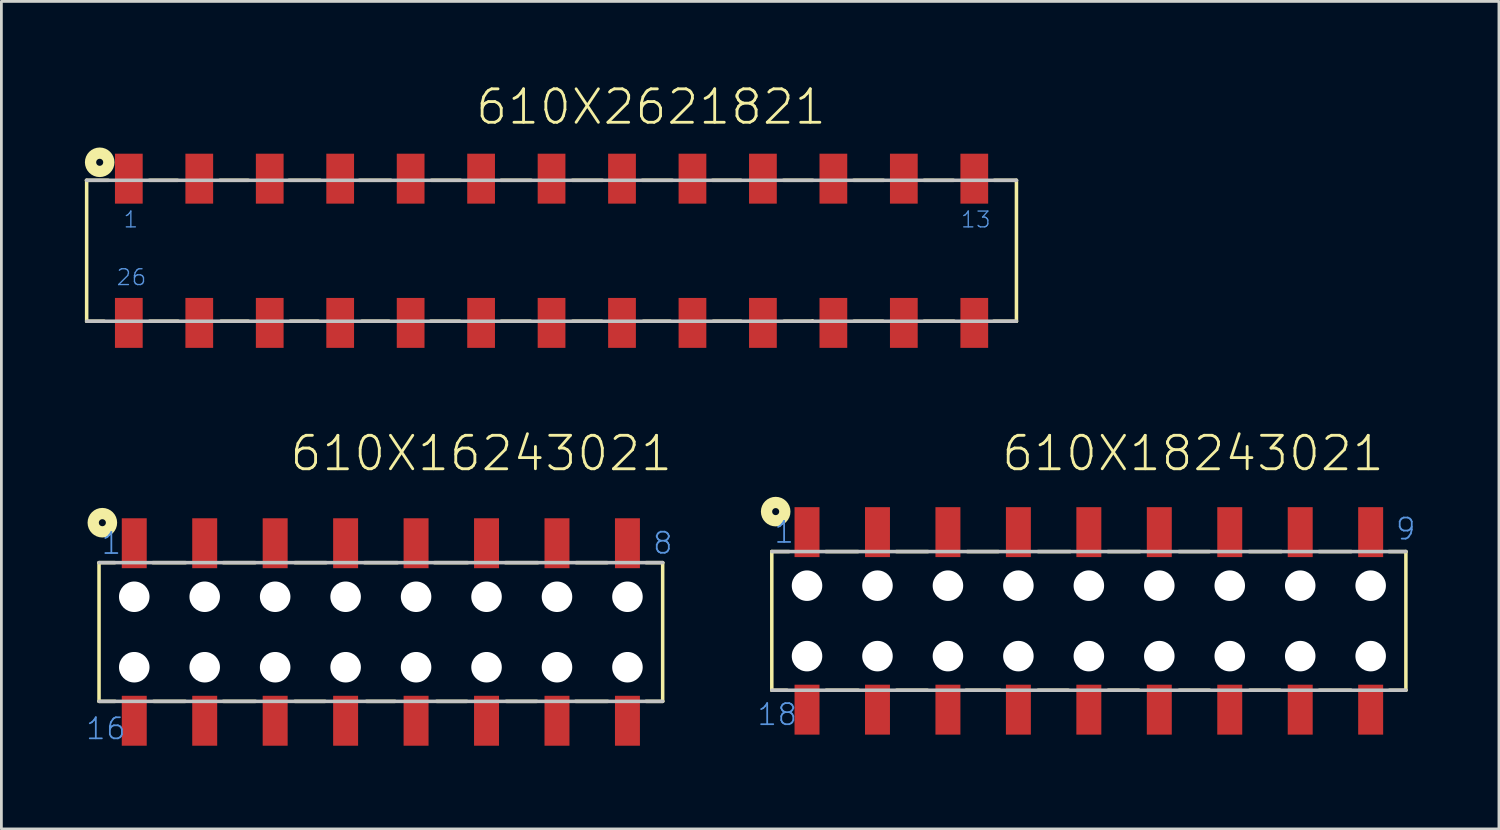
<source format=kicad_pcb>
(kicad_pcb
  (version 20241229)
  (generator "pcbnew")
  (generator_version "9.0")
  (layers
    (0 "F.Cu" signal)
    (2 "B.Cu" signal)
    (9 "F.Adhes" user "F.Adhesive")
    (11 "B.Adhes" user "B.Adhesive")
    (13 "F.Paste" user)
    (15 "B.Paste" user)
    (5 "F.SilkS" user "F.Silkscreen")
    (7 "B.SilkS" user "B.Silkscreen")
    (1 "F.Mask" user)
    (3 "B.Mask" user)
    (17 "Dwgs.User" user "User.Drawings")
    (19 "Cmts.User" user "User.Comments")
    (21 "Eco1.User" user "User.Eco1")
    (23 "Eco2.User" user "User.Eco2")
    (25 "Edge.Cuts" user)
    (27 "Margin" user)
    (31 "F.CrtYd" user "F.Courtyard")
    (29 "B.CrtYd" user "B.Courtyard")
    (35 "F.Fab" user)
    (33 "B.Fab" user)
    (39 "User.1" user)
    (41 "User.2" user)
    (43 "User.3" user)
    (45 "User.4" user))
  (footprint "610X2621821"
    (layer "F.Cu")
    (at 16.834 5.991)
    (property "Reference" "610X2621821" (at -2.8 -4.48 0) (layer "F.SilkS") (effects (font (size 1.206 1.206) (thickness 0.102)) (justify left bottom)))
    (attr through_hole)
    (fp_line (start -16.76 -2.54) (end -16.76 2.54) (stroke (width 0.127) (type solid)) (layer "F.SilkS"))
    (fp_line (start -16.13 2.54) (end -16.76 2.54) (stroke (width 0.127) (type solid)) (layer "F.SilkS"))
    (fp_line (start -15.98 -2.54) (end -16.77 -2.54) (stroke (width 0.127) (type solid)) (layer "F.SilkS"))
    (fp_line (start -14.5 -2.54) (end -13.48 -2.54) (stroke (width 0.127) (type solid)) (layer "F.SilkS"))
    (fp_line (start -14.49 2.54) (end -13.46 2.54) (stroke (width 0.127) (type solid)) (layer "F.SilkS"))
    (fp_line (start -11.96 -2.54) (end -10.93 -2.54) (stroke (width 0.127) (type solid)) (layer "F.SilkS"))
    (fp_line (start -11.92 2.54) (end -10.93 2.54) (stroke (width 0.127) (type solid)) (layer "F.SilkS"))
    (fp_line (start -9.47 -2.54) (end -8.34 -2.54) (stroke (width 0.127) (type solid)) (layer "F.SilkS"))
    (fp_line (start -9.42 2.54) (end -8.41 2.54) (stroke (width 0.127) (type solid)) (layer "F.SilkS"))
    (fp_line (start -6.93 -2.54) (end -5.79 -2.54) (stroke (width 0.127) (type solid)) (layer "F.SilkS"))
    (fp_line (start -6.84 2.54) (end -5.86 2.54) (stroke (width 0.127) (type solid)) (layer "F.SilkS"))
    (fp_line (start -4.36 2.54) (end -3.31 2.54) (stroke (width 0.127) (type solid)) (layer "F.SilkS"))
    (fp_line (start -4.33 -2.54) (end -3.28 -2.54) (stroke (width 0.127) (type solid)) (layer "F.SilkS"))
    (fp_line (start -1.82 -2.54) (end -0.73 -2.54) (stroke (width 0.127) (type solid)) (layer "F.SilkS"))
    (fp_line (start -1.81 2.54) (end -0.76 2.54) (stroke (width 0.127) (type solid)) (layer "F.SilkS"))
    (fp_line (start 0.75 -2.54) (end 1.84 -2.54) (stroke (width 0.127) (type solid)) (layer "F.SilkS"))
    (fp_line (start 1.81 2.54) (end 0.76 2.54) (stroke (width 0.127) (type solid)) (layer "F.SilkS"))
    (fp_line (start 3.27 -2.54) (end 4.36 -2.54) (stroke (width 0.127) (type solid)) (layer "F.SilkS"))
    (fp_line (start 3.31 2.54) (end 4.28 2.54) (stroke (width 0.127) (type solid)) (layer "F.SilkS"))
    (fp_line (start 5.8 -2.54) (end 6.83 -2.54) (stroke (width 0.127) (type solid)) (layer "F.SilkS"))
    (fp_line (start 5.83 2.54) (end 6.83 2.54) (stroke (width 0.127) (type solid)) (layer "F.SilkS"))
    (fp_line (start 8.36 -2.54) (end 9.42 -2.54) (stroke (width 0.127) (type solid)) (layer "F.SilkS"))
    (fp_line (start 8.38 2.54) (end 9.41 2.54) (stroke (width 0.127) (type solid)) (layer "F.SilkS"))
    (fp_line (start 9.41 2.54) (end 9.41 2.53) (stroke (width 0.127) (type solid)) (layer "F.SilkS"))
    (fp_line (start 10.89 -2.54) (end 11.97 -2.54) (stroke (width 0.127) (type solid)) (layer "F.SilkS"))
    (fp_line (start 10.9 2.54) (end 11.95 2.54) (stroke (width 0.127) (type solid)) (layer "F.SilkS"))
    (fp_line (start 13.43 -2.54) (end 14.49 -2.54) (stroke (width 0.127) (type solid)) (layer "F.SilkS"))
    (fp_line (start 13.43 2.54) (end 14.51 2.54) (stroke (width 0.127) (type solid)) (layer "F.SilkS"))
    (fp_line (start 15.94 2.54) (end 16.76 2.54) (stroke (width 0.127) (type solid)) (layer "F.SilkS"))
    (fp_line (start 15.96 -2.54) (end 16.76 -2.54) (stroke (width 0.127) (type solid)) (layer "F.SilkS"))
    (fp_line (start 16.76 2.54) (end 16.76 -2.54) (stroke (width 0.127) (type solid)) (layer "F.SilkS"))
    (fp_circle (center -16.29 -3.19) (end -16.163 -3.19) (stroke (width 0.406) (type solid)) (fill no) (layer "F.SilkS"))
    (fp_line (start -16.76 2.54) (end 16.76 2.54) (stroke (width 0.127) (type solid)) (layer "Dwgs.User"))
    (fp_line (start 16.76 -2.54) (end -16.76 -2.54) (stroke (width 0.127) (type solid)) (layer "Dwgs.User"))
    (fp_text user "13" (at 14.72 -0.79 0) (layer "Cmts.User") (effects (font (size 0.57 0.57) (thickness 0.048)) (justify left bottom)))
    (fp_text user "1" (at -15.47 -0.79 0) (layer "Cmts.User") (effects (font (size 0.57 0.57) (thickness 0.048)) (justify left bottom)))
    (fp_text user "26" (at -15.72 1.29 0) (layer "Cmts.User") (effects (font (size 0.57 0.57) (thickness 0.048)) (justify left bottom)))
    (pad "1" smd rect (at -15.24 -2.6) (size 1 1.8) (layers "F.Cu" "F.Mask" "F.Paste"))
    (pad "2" smd rect (at -12.7 -2.6) (size 1 1.8) (layers "F.Cu" "F.Mask" "F.Paste"))
    (pad "3" smd rect (at -10.16 -2.6) (size 1 1.8) (layers "F.Cu" "F.Mask" "F.Paste"))
    (pad "4" smd rect (at -7.62 -2.6) (size 1 1.8) (layers "F.Cu" "F.Mask" "F.Paste"))
    (pad "5" smd rect (at -5.08 -2.6) (size 1 1.8) (layers "F.Cu" "F.Mask" "F.Paste"))
    (pad "6" smd rect (at -2.54 -2.6) (size 1 1.8) (layers "F.Cu" "F.Mask" "F.Paste"))
    (pad "7" smd rect (at 0 -2.6) (size 1 1.8) (layers "F.Cu" "F.Mask" "F.Paste"))
    (pad "8" smd rect (at 2.54 -2.6) (size 1 1.8) (layers "F.Cu" "F.Mask" "F.Paste"))
    (pad "9" smd rect (at 5.08 -2.6) (size 1 1.8) (layers "F.Cu" "F.Mask" "F.Paste"))
    (pad "10" smd rect (at 7.62 -2.6) (size 1 1.8) (layers "F.Cu" "F.Mask" "F.Paste"))
    (pad "11" smd rect (at 10.16 -2.6) (size 1 1.8) (layers "F.Cu" "F.Mask" "F.Paste"))
    (pad "12" smd rect (at 12.7 -2.6) (size 1 1.8) (layers "F.Cu" "F.Mask" "F.Paste"))
    (pad "13" smd rect (at 15.24 -2.6) (size 1 1.8) (layers "F.Cu" "F.Mask" "F.Paste"))
    (pad "14" smd rect (at 15.24 2.6) (size 1 1.8) (layers "F.Cu" "F.Mask" "F.Paste"))
    (pad "15" smd rect (at 12.7 2.6) (size 1 1.8) (layers "F.Cu" "F.Mask" "F.Paste"))
    (pad "16" smd rect (at 10.16 2.6) (size 1 1.8) (layers "F.Cu" "F.Mask" "F.Paste"))
    (pad "17" smd rect (at 7.62 2.6) (size 1 1.8) (layers "F.Cu" "F.Mask" "F.Paste"))
    (pad "18" smd rect (at 5.08 2.6) (size 1 1.8) (layers "F.Cu" "F.Mask" "F.Paste"))
    (pad "19" smd rect (at 2.54 2.6) (size 1 1.8) (layers "F.Cu" "F.Mask" "F.Paste"))
    (pad "20" smd rect (at 0 2.6) (size 1 1.8) (layers "F.Cu" "F.Mask" "F.Paste"))
    (pad "21" smd rect (at -2.54 2.6) (size 1 1.8) (layers "F.Cu" "F.Mask" "F.Paste"))
    (pad "22" smd rect (at -5.08 2.6) (size 1 1.8) (layers "F.Cu" "F.Mask" "F.Paste"))
    (pad "23" smd rect (at -7.62 2.6) (size 1 1.8) (layers "F.Cu" "F.Mask" "F.Paste"))
    (pad "24" smd rect (at -10.16 2.6) (size 1 1.8) (layers "F.Cu" "F.Mask" "F.Paste"))
    (pad "25" smd rect (at -12.7 2.6) (size 1 1.8) (layers "F.Cu" "F.Mask" "F.Paste"))
    (pad "26" smd rect (at -15.24 2.6) (size 1 1.8) (layers "F.Cu" "F.Mask" "F.Paste")))
  (footprint "610X18243021"
    (layer "F.Cu")
    (at 36.204 19.334)
    (property "Reference" "610X18243021" (at -3.204 -5.332 0) (layer "F.SilkS") (effects (font (size 1.206 1.206) (thickness 0.102)) (justify left bottom)))
    (attr through_hole)
    (fp_line (start -11.43 -2.5) (end -11.43 2.5) (stroke (width 0.127) (type solid)) (layer "F.SilkS"))
    (fp_line (start -10.88 2.5) (end -11.43 2.5) (stroke (width 0.127) (type solid)) (layer "F.SilkS"))
    (fp_line (start -10.81 -2.5) (end -11.43 -2.5) (stroke (width 0.127) (type solid)) (layer "F.SilkS"))
    (fp_line (start -9.48 -2.5) (end -8.32 -2.5) (stroke (width 0.127) (type solid)) (layer "F.SilkS"))
    (fp_line (start -9.47 2.5) (end -8.31 2.5) (stroke (width 0.127) (type solid)) (layer "F.SilkS"))
    (fp_line (start -6.94 -2.5) (end -5.8 -2.5) (stroke (width 0.127) (type solid)) (layer "F.SilkS"))
    (fp_line (start -6.93 2.5) (end -5.82 2.5) (stroke (width 0.127) (type solid)) (layer "F.SilkS"))
    (fp_line (start -4.43 2.5) (end -3.21 2.5) (stroke (width 0.127) (type solid)) (layer "F.SilkS"))
    (fp_line (start -4.38 -2.5) (end -3.26 -2.5) (stroke (width 0.127) (type solid)) (layer "F.SilkS"))
    (fp_line (start -1.83 -2.5) (end -0.67 -2.5) (stroke (width 0.127) (type solid)) (layer "F.SilkS"))
    (fp_line (start -1.83 2.5) (end -0.74 2.5) (stroke (width 0.127) (type solid)) (layer "F.SilkS"))
    (fp_line (start 0.69 -2.5) (end 1.84 -2.5) (stroke (width 0.127) (type solid)) (layer "F.SilkS"))
    (fp_line (start 0.7 2.5) (end 1.8 2.5) (stroke (width 0.127) (type solid)) (layer "F.SilkS"))
    (fp_line (start 3.25 -2.5) (end 4.35 -2.5) (stroke (width 0.127) (type solid)) (layer "F.SilkS"))
    (fp_line (start 3.26 2.5) (end 4.35 2.5) (stroke (width 0.127) (type solid)) (layer "F.SilkS"))
    (fp_line (start 5.78 -2.5) (end 6.94 -2.5) (stroke (width 0.127) (type solid)) (layer "F.SilkS"))
    (fp_line (start 5.8 2.5) (end 6.89 2.5) (stroke (width 0.127) (type solid)) (layer "F.SilkS"))
    (fp_line (start 8.3 -2.5) (end 9.46 -2.5) (stroke (width 0.127) (type solid)) (layer "F.SilkS"))
    (fp_line (start 8.31 2.5) (end 9.45 2.5) (stroke (width 0.127) (type solid)) (layer "F.SilkS"))
    (fp_line (start 10.82 -2.5) (end 11.43 -2.5) (stroke (width 0.127) (type solid)) (layer "F.SilkS"))
    (fp_line (start 10.84 2.5) (end 11.43 2.5) (stroke (width 0.127) (type solid)) (layer "F.SilkS"))
    (fp_line (start 11.43 2.5) (end 11.43 -2.5) (stroke (width 0.127) (type solid)) (layer "F.SilkS"))
    (fp_circle (center -11.29 -3.94) (end -11.163 -3.94) (stroke (width 0.406) (type solid)) (fill no) (layer "F.SilkS"))
    (fp_line (start -11.43 -2.5) (end 11.43 -2.5) (stroke (width 0.127) (type solid)) (layer "Dwgs.User"))
    (fp_line (start -11.43 2.5) (end 11.43 2.5) (stroke (width 0.127) (type solid)) (layer "Dwgs.User"))
    (fp_text user "18" (at -12 3.82 0) (layer "Cmts.User") (effects (font (size 0.76 0.76) (thickness 0.064)) (justify left bottom)))
    (fp_text user "1" (at -11.39 -2.75 0) (layer "Cmts.User") (effects (font (size 0.76 0.76) (thickness 0.064)) (justify left bottom)))
    (fp_text user "9" (at 11.02 -2.87 0) (layer "Cmts.User") (effects (font (size 0.76 0.76) (thickness 0.064)) (justify left bottom)))
    (pad "" np_thru_hole circle (at -10.16 -1.27) (size 1.1 1.1) (drill 1.1) (layers "*.Cu"))
    (pad "" np_thru_hole circle (at -10.16 1.27) (size 1.1 1.1) (drill 1.1) (layers "*.Cu"))
    (pad "" np_thru_hole circle (at -7.62 -1.27) (size 1.1 1.1) (drill 1.1) (layers "*.Cu"))
    (pad "" np_thru_hole circle (at -7.62 1.27) (size 1.1 1.1) (drill 1.1) (layers "*.Cu"))
    (pad "" np_thru_hole circle (at -5.08 -1.27) (size 1.1 1.1) (drill 1.1) (layers "*.Cu"))
    (pad "" np_thru_hole circle (at -5.08 1.27) (size 1.1 1.1) (drill 1.1) (layers "*.Cu"))
    (pad "" np_thru_hole circle (at -2.54 -1.27) (size 1.1 1.1) (drill 1.1) (layers "*.Cu"))
    (pad "" np_thru_hole circle (at -2.54 1.27) (size 1.1 1.1) (drill 1.1) (layers "*.Cu"))
    (pad "" np_thru_hole circle (at 0 -1.27) (size 1.1 1.1) (drill 1.1) (layers "*.Cu"))
    (pad "" np_thru_hole circle (at 0 1.27) (size 1.1 1.1) (drill 1.1) (layers "*.Cu"))
    (pad "" np_thru_hole circle (at 2.54 -1.27) (size 1.1 1.1) (drill 1.1) (layers "*.Cu"))
    (pad "" np_thru_hole circle (at 2.54 1.27) (size 1.1 1.1) (drill 1.1) (layers "*.Cu"))
    (pad "" np_thru_hole circle (at 5.08 -1.27) (size 1.1 1.1) (drill 1.1) (layers "*.Cu"))
    (pad "" np_thru_hole circle (at 5.08 1.27) (size 1.1 1.1) (drill 1.1) (layers "*.Cu"))
    (pad "" np_thru_hole circle (at 7.62 -1.27) (size 1.1 1.1) (drill 1.1) (layers "*.Cu"))
    (pad "" np_thru_hole circle (at 7.62 1.27) (size 1.1 1.1) (drill 1.1) (layers "*.Cu"))
    (pad "" np_thru_hole circle (at 10.16 -1.27) (size 1.1 1.1) (drill 1.1) (layers "*.Cu"))
    (pad "" np_thru_hole circle (at 10.16 1.27) (size 1.1 1.1) (drill 1.1) (layers "*.Cu"))
    (pad "1" smd rect (at -10.16 -3.2 90) (size 1.8 0.9) (layers "F.Cu" "F.Mask" "F.Paste"))
    (pad "2" smd rect (at -7.62 -3.2 90) (size 1.8 0.9) (layers "F.Cu" "F.Mask" "F.Paste"))
    (pad "3" smd rect (at -5.08 -3.2 90) (size 1.8 0.9) (layers "F.Cu" "F.Mask" "F.Paste"))
    (pad "4" smd rect (at -2.54 -3.2 90) (size 1.8 0.9) (layers "F.Cu" "F.Mask" "F.Paste"))
    (pad "5" smd rect (at 0 -3.2 90) (size 1.8 0.9) (layers "F.Cu" "F.Mask" "F.Paste"))
    (pad "6" smd rect (at 2.54 -3.2 90) (size 1.8 0.9) (layers "F.Cu" "F.Mask" "F.Paste"))
    (pad "7" smd rect (at 5.08 -3.2 90) (size 1.8 0.9) (layers "F.Cu" "F.Mask" "F.Paste"))
    (pad "8" smd rect (at 7.62 -3.2 90) (size 1.8 0.9) (layers "F.Cu" "F.Mask" "F.Paste"))
    (pad "9" smd rect (at 10.16 -3.2 90) (size 1.8 0.9) (layers "F.Cu" "F.Mask" "F.Paste"))
    (pad "10" smd rect (at 10.16 3.2 90) (size 1.8 0.9) (layers "F.Cu" "F.Mask" "F.Paste"))
    (pad "11" smd rect (at 7.62 3.2 90) (size 1.8 0.9) (layers "F.Cu" "F.Mask" "F.Paste"))
    (pad "12" smd rect (at 5.08 3.2 90) (size 1.8 0.9) (layers "F.Cu" "F.Mask" "F.Paste"))
    (pad "13" smd rect (at 2.54 3.2 90) (size 1.8 0.9) (layers "F.Cu" "F.Mask" "F.Paste"))
    (pad "14" smd rect (at 0 3.2 90) (size 1.8 0.9) (layers "F.Cu" "F.Mask" "F.Paste"))
    (pad "15" smd rect (at -2.54 3.2 90) (size 1.8 0.9) (layers "F.Cu" "F.Mask" "F.Paste"))
    (pad "16" smd rect (at -5.08 3.2 90) (size 1.8 0.9) (layers "F.Cu" "F.Mask" "F.Paste"))
    (pad "17" smd rect (at -7.62 3.2 90) (size 1.8 0.9) (layers "F.Cu" "F.Mask" "F.Paste"))
    (pad "18" smd rect (at -10.16 3.2 90) (size 1.8 0.9) (layers "F.Cu" "F.Mask" "F.Paste")))
  (footprint "610X16243021"
    (layer "F.Cu")
    (at 10.68 19.734)
    (property "Reference" "610X16243021" (at -3.339 -5.732 0) (layer "F.SilkS") (effects (font (size 1.206 1.206) (thickness 0.102)) (justify left bottom)))
    (attr through_hole)
    (fp_line (start -10.16 -2.5) (end -10.16 2.5) (stroke (width 0.127) (type solid)) (layer "F.SilkS"))
    (fp_line (start -9.59 -2.5) (end -10.16 -2.5) (stroke (width 0.127) (type solid)) (layer "F.SilkS"))
    (fp_line (start -9.58 2.5) (end -10.16 2.5) (stroke (width 0.127) (type solid)) (layer "F.SilkS"))
    (fp_line (start -8.22 -2.5) (end -7.04 -2.5) (stroke (width 0.127) (type solid)) (layer "F.SilkS"))
    (fp_line (start -8.19 2.5) (end -7.05 2.5) (stroke (width 0.127) (type solid)) (layer "F.SilkS"))
    (fp_line (start -5.68 -2.5) (end -4.53 -2.5) (stroke (width 0.127) (type solid)) (layer "F.SilkS"))
    (fp_line (start -5.68 2.5) (end -4.52 2.5) (stroke (width 0.127) (type solid)) (layer "F.SilkS"))
    (fp_line (start -3.1 -2.5) (end -1.97 -2.5) (stroke (width 0.127) (type solid)) (layer "F.SilkS"))
    (fp_line (start -3.1 2.5) (end -2.01 2.5) (stroke (width 0.127) (type solid)) (layer "F.SilkS"))
    (fp_line (start -0.59 -2.5) (end 0.6 -2.5) (stroke (width 0.127) (type solid)) (layer "F.SilkS"))
    (fp_line (start -0.52 2.5) (end 0.51 2.5) (stroke (width 0.127) (type solid)) (layer "F.SilkS"))
    (fp_line (start 1.93 -2.5) (end 3.13 -2.5) (stroke (width 0.127) (type solid)) (layer "F.SilkS"))
    (fp_line (start 2.01 2.5) (end 3.1 2.5) (stroke (width 0.127) (type solid)) (layer "F.SilkS"))
    (fp_line (start 4.49 -2.5) (end 5.66 -2.5) (stroke (width 0.127) (type solid)) (layer "F.SilkS"))
    (fp_line (start 4.52 2.5) (end 5.62 2.5) (stroke (width 0.127) (type solid)) (layer "F.SilkS"))
    (fp_line (start 7.02 2.5) (end 8.18 2.5) (stroke (width 0.127) (type solid)) (layer "F.SilkS"))
    (fp_line (start 7.04 -2.5) (end 8.16 -2.5) (stroke (width 0.127) (type solid)) (layer "F.SilkS"))
    (fp_line (start 9.56 -2.5) (end 10.16 -2.5) (stroke (width 0.127) (type solid)) (layer "F.SilkS"))
    (fp_line (start 9.56 2.5) (end 10.16 2.5) (stroke (width 0.127) (type solid)) (layer "F.SilkS"))
    (fp_line (start 10.16 2.5) (end 10.16 -2.5) (stroke (width 0.127) (type solid)) (layer "F.SilkS"))
    (fp_circle (center -10.04 -3.94) (end -9.913 -3.94) (stroke (width 0.406) (type solid)) (fill no) (layer "F.SilkS"))
    (fp_line (start -10.16 -2.5) (end 10.16 -2.5) (stroke (width 0.127) (type solid)) (layer "Dwgs.User"))
    (fp_line (start -10.16 2.5) (end 10.16 2.5) (stroke (width 0.127) (type solid)) (layer "Dwgs.User"))
    (fp_text user "16" (at -10.68 3.93 0) (layer "Cmts.User") (effects (font (size 0.76 0.76) (thickness 0.064)) (justify left bottom)))
    (fp_text user "1" (at -10.12 -2.75 0) (layer "Cmts.User") (effects (font (size 0.76 0.76) (thickness 0.064)) (justify left bottom)))
    (fp_text user "8" (at 9.76 -2.76 0) (layer "Cmts.User") (effects (font (size 0.76 0.76) (thickness 0.064)) (justify left bottom)))
    (pad "" np_thru_hole circle (at -8.89 -1.27) (size 1.1 1.1) (drill 1.1) (layers "*.Cu"))
    (pad "" np_thru_hole circle (at -8.89 1.27) (size 1.1 1.1) (drill 1.1) (layers "*.Cu"))
    (pad "" np_thru_hole circle (at -6.35 -1.27) (size 1.1 1.1) (drill 1.1) (layers "*.Cu"))
    (pad "" np_thru_hole circle (at -6.35 1.27) (size 1.1 1.1) (drill 1.1) (layers "*.Cu"))
    (pad "" np_thru_hole circle (at -3.81 -1.27) (size 1.1 1.1) (drill 1.1) (layers "*.Cu"))
    (pad "" np_thru_hole circle (at -3.81 1.27) (size 1.1 1.1) (drill 1.1) (layers "*.Cu"))
    (pad "" np_thru_hole circle (at -1.27 -1.27) (size 1.1 1.1) (drill 1.1) (layers "*.Cu"))
    (pad "" np_thru_hole circle (at -1.27 1.27) (size 1.1 1.1) (drill 1.1) (layers "*.Cu"))
    (pad "" np_thru_hole circle (at 1.27 -1.27) (size 1.1 1.1) (drill 1.1) (layers "*.Cu"))
    (pad "" np_thru_hole circle (at 1.27 1.27) (size 1.1 1.1) (drill 1.1) (layers "*.Cu"))
    (pad "" np_thru_hole circle (at 3.81 -1.27) (size 1.1 1.1) (drill 1.1) (layers "*.Cu"))
    (pad "" np_thru_hole circle (at 3.81 1.27) (size 1.1 1.1) (drill 1.1) (layers "*.Cu"))
    (pad "" np_thru_hole circle (at 6.35 -1.27) (size 1.1 1.1) (drill 1.1) (layers "*.Cu"))
    (pad "" np_thru_hole circle (at 6.35 1.27) (size 1.1 1.1) (drill 1.1) (layers "*.Cu"))
    (pad "" np_thru_hole circle (at 8.89 -1.27) (size 1.1 1.1) (drill 1.1) (layers "*.Cu"))
    (pad "" np_thru_hole circle (at 8.89 1.27) (size 1.1 1.1) (drill 1.1) (layers "*.Cu"))
    (pad "1" smd rect (at -8.89 -3.2 90) (size 1.8 0.9) (layers "F.Cu" "F.Mask" "F.Paste"))
    (pad "2" smd rect (at -6.35 -3.2 90) (size 1.8 0.9) (layers "F.Cu" "F.Mask" "F.Paste"))
    (pad "3" smd rect (at -3.81 -3.2 90) (size 1.8 0.9) (layers "F.Cu" "F.Mask" "F.Paste"))
    (pad "4" smd rect (at -1.27 -3.2 90) (size 1.8 0.9) (layers "F.Cu" "F.Mask" "F.Paste"))
    (pad "5" smd rect (at 1.27 -3.2 90) (size 1.8 0.9) (layers "F.Cu" "F.Mask" "F.Paste"))
    (pad "6" smd rect (at 3.81 -3.2 90) (size 1.8 0.9) (layers "F.Cu" "F.Mask" "F.Paste"))
    (pad "7" smd rect (at 6.35 -3.2 90) (size 1.8 0.9) (layers "F.Cu" "F.Mask" "F.Paste"))
    (pad "8" smd rect (at 8.89 -3.2 90) (size 1.8 0.9) (layers "F.Cu" "F.Mask" "F.Paste"))
    (pad "9" smd rect (at 8.89 3.2 90) (size 1.8 0.9) (layers "F.Cu" "F.Mask" "F.Paste"))
    (pad "10" smd rect (at 6.35 3.2 90) (size 1.8 0.9) (layers "F.Cu" "F.Mask" "F.Paste"))
    (pad "11" smd rect (at 3.81 3.2 90) (size 1.8 0.9) (layers "F.Cu" "F.Mask" "F.Paste"))
    (pad "12" smd rect (at 1.27 3.2 90) (size 1.8 0.9) (layers "F.Cu" "F.Mask" "F.Paste"))
    (pad "13" smd rect (at -1.27 3.2 90) (size 1.8 0.9) (layers "F.Cu" "F.Mask" "F.Paste"))
    (pad "14" smd rect (at -3.81 3.2 90) (size 1.8 0.9) (layers "F.Cu" "F.Mask" "F.Paste"))
    (pad "15" smd rect (at -6.35 3.2 90) (size 1.8 0.9) (layers "F.Cu" "F.Mask" "F.Paste"))
    (pad "16" smd rect (at -8.89 3.2 90) (size 1.8 0.9) (layers "F.Cu" "F.Mask" "F.Paste")))
  (gr_rect
    (start -3 -3)
    (end 50.988 26.834)
    (stroke (width 0.1) (type default))
    (fill no)
    (layer "Edge.Cuts")))
</source>
